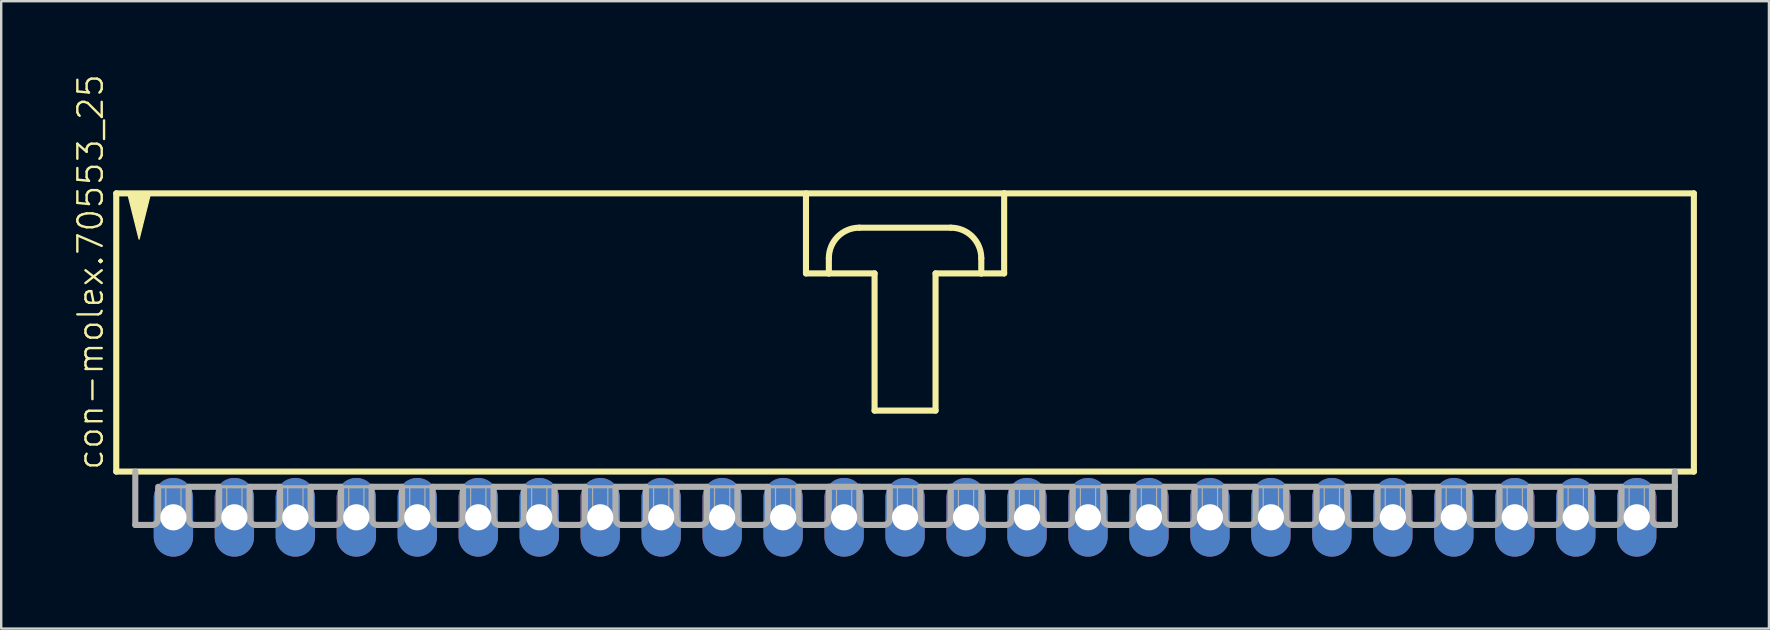
<source format=kicad_pcb>
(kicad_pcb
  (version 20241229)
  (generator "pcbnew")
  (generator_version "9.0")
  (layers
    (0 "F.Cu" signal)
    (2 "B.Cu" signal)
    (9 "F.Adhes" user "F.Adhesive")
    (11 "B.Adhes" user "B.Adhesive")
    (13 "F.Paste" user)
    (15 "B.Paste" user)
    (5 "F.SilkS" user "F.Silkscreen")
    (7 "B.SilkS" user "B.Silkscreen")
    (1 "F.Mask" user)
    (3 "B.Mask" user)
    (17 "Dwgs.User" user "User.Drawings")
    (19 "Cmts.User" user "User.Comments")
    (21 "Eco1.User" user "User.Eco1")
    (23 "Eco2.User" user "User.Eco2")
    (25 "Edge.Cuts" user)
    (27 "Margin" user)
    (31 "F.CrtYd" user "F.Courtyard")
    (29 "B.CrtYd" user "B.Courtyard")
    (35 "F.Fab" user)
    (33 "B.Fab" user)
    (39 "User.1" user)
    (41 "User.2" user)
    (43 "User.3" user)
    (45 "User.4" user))
  (footprint "con-molex.70553_25"
    (layer "F.Cu")
    (at 34.654 10.88)
    (property "Reference" "con-molex.70553_25" (at -33.337 5.715 90) (layer "F.SilkS") (effects (font (size 1.016 1.016) (thickness 0.1)) (justify left bottom)))
    (attr through_hole)
    (fp_line (start -32.861 -5.874) (end -32.861 5.715) (stroke (width 0.254) (type default)) (layer "F.SilkS"))
    (fp_line (start -32.861 5.715) (end 32.861 5.715) (stroke (width 0.254) (type default)) (layer "F.SilkS"))
    (fp_line (start -4.128 -5.874) (end -4.128 -2.54) (stroke (width 0.254) (type default)) (layer "F.SilkS"))
    (fp_line (start -4.128 -2.54) (end -3.175 -2.54) (stroke (width 0.254) (type default)) (layer "F.SilkS"))
    (fp_line (start -3.175 -2.54) (end -3.175 -3.175) (stroke (width 0.254) (type default)) (layer "F.SilkS"))
    (fp_line (start -3.175 -2.54) (end -1.27 -2.54) (stroke (width 0.254) (type default)) (layer "F.SilkS"))
    (fp_line (start -1.905 -4.445) (end 1.905 -4.445) (stroke (width 0.254) (type default)) (layer "F.SilkS"))
    (fp_line (start -1.27 -2.54) (end -1.27 3.175) (stroke (width 0.254) (type default)) (layer "F.SilkS"))
    (fp_line (start -1.27 3.175) (end 1.27 3.175) (stroke (width 0.254) (type default)) (layer "F.SilkS"))
    (fp_line (start 1.27 -2.54) (end 3.175 -2.54) (stroke (width 0.254) (type default)) (layer "F.SilkS"))
    (fp_line (start 1.27 3.175) (end 1.27 -2.54) (stroke (width 0.254) (type default)) (layer "F.SilkS"))
    (fp_line (start 3.175 -3.175) (end 3.175 -2.54) (stroke (width 0.254) (type default)) (layer "F.SilkS"))
    (fp_line (start 3.175 -2.54) (end 4.128 -2.54) (stroke (width 0.254) (type default)) (layer "F.SilkS"))
    (fp_line (start 4.128 -5.874) (end -32.861 -5.874) (stroke (width 0.254) (type default)) (layer "F.SilkS"))
    (fp_line (start 4.128 -2.54) (end 4.128 -5.874) (stroke (width 0.254) (type default)) (layer "F.SilkS"))
    (fp_line (start 32.861 -5.874) (end 4.128 -5.874) (stroke (width 0.254) (type default)) (layer "F.SilkS"))
    (fp_line (start 32.861 5.715) (end 32.861 -5.874) (stroke (width 0.254) (type default)) (layer "F.SilkS"))
    (fp_arc (start -3.175 -3.175) (mid -2.803026 -4.073026) (end -1.905 -4.445) (stroke (width 0.254) (type default)) (layer "F.SilkS"))
    (fp_arc (start 1.905 -4.445) (mid 2.803026 -4.073026) (end 3.175 -3.175) (stroke (width 0.254) (type default)) (layer "F.SilkS"))
    (fp_poly (pts (xy -32.385 -5.874) (xy -31.909 -3.969) (xy -31.433 -5.874)) (stroke (width 0.051) (type default)) (fill yes) (layer "F.SilkS"))
    (fp_line (start -32.068 5.715) (end -32.068 7.938) (stroke (width 0.254) (type default)) (layer "F.Fab"))
    (fp_line (start -31.369 7.938) (end -32.068 7.938) (stroke (width 0.254) (type default)) (layer "F.Fab"))
    (fp_line (start -31.115 6.35) (end -31.115 7.684) (stroke (width 0.254) (type default)) (layer "F.Fab"))
    (fp_line (start -31.115 6.35) (end -29.845 6.35) (stroke (width 0.127) (type default)) (layer "F.Fab"))
    (fp_line (start -29.845 6.35) (end -29.845 7.684) (stroke (width 0.254) (type default)) (layer "F.Fab"))
    (fp_line (start -29.845 6.35) (end -28.575 6.35) (stroke (width 0.254) (type default)) (layer "F.Fab"))
    (fp_line (start -28.829 7.938) (end -29.591 7.938) (stroke (width 0.254) (type default)) (layer "F.Fab"))
    (fp_line (start -28.575 6.35) (end -28.575 7.684) (stroke (width 0.254) (type default)) (layer "F.Fab"))
    (fp_line (start -28.575 6.35) (end -27.305 6.35) (stroke (width 0.127) (type default)) (layer "F.Fab"))
    (fp_line (start -27.305 6.35) (end -27.305 7.684) (stroke (width 0.254) (type default)) (layer "F.Fab"))
    (fp_line (start -27.305 6.35) (end -26.035 6.35) (stroke (width 0.254) (type default)) (layer "F.Fab"))
    (fp_line (start -26.289 7.938) (end -27.051 7.938) (stroke (width 0.254) (type default)) (layer "F.Fab"))
    (fp_line (start -26.035 6.35) (end -26.035 7.684) (stroke (width 0.254) (type default)) (layer "F.Fab"))
    (fp_line (start -26.035 6.35) (end -24.765 6.35) (stroke (width 0.127) (type default)) (layer "F.Fab"))
    (fp_line (start -24.765 6.35) (end -24.765 7.684) (stroke (width 0.254) (type default)) (layer "F.Fab"))
    (fp_line (start -24.765 6.35) (end -23.495 6.35) (stroke (width 0.254) (type default)) (layer "F.Fab"))
    (fp_line (start -23.749 7.938) (end -24.511 7.938) (stroke (width 0.254) (type default)) (layer "F.Fab"))
    (fp_line (start -23.495 6.35) (end -23.495 7.684) (stroke (width 0.254) (type default)) (layer "F.Fab"))
    (fp_line (start -23.495 6.35) (end -22.225 6.35) (stroke (width 0.127) (type default)) (layer "F.Fab"))
    (fp_line (start -22.225 6.35) (end -22.225 7.684) (stroke (width 0.254) (type default)) (layer "F.Fab"))
    (fp_line (start -22.225 6.35) (end -20.955 6.35) (stroke (width 0.254) (type default)) (layer "F.Fab"))
    (fp_line (start -21.209 7.938) (end -21.971 7.938) (stroke (width 0.254) (type default)) (layer "F.Fab"))
    (fp_line (start -20.955 6.35) (end -20.955 7.684) (stroke (width 0.254) (type default)) (layer "F.Fab"))
    (fp_line (start -20.955 6.35) (end -19.685 6.35) (stroke (width 0.127) (type default)) (layer "F.Fab"))
    (fp_line (start -19.685 6.35) (end -19.685 7.684) (stroke (width 0.254) (type default)) (layer "F.Fab"))
    (fp_line (start -19.685 6.35) (end -18.415 6.35) (stroke (width 0.254) (type default)) (layer "F.Fab"))
    (fp_line (start -18.669 7.938) (end -19.431 7.938) (stroke (width 0.254) (type default)) (layer "F.Fab"))
    (fp_line (start -18.415 6.35) (end -18.415 7.684) (stroke (width 0.254) (type default)) (layer "F.Fab"))
    (fp_line (start -18.415 6.35) (end -17.145 6.35) (stroke (width 0.127) (type default)) (layer "F.Fab"))
    (fp_line (start -17.145 6.35) (end -17.145 7.684) (stroke (width 0.254) (type default)) (layer "F.Fab"))
    (fp_line (start -17.145 6.35) (end -15.875 6.35) (stroke (width 0.254) (type default)) (layer "F.Fab"))
    (fp_line (start -16.129 7.938) (end -16.891 7.938) (stroke (width 0.254) (type default)) (layer "F.Fab"))
    (fp_line (start -15.875 6.35) (end -15.875 7.684) (stroke (width 0.254) (type default)) (layer "F.Fab"))
    (fp_line (start -15.875 6.35) (end -14.605 6.35) (stroke (width 0.127) (type default)) (layer "F.Fab"))
    (fp_line (start -14.605 6.35) (end -14.605 7.684) (stroke (width 0.254) (type default)) (layer "F.Fab"))
    (fp_line (start -14.605 6.35) (end -13.335 6.35) (stroke (width 0.254) (type default)) (layer "F.Fab"))
    (fp_line (start -13.589 7.938) (end -14.351 7.938) (stroke (width 0.254) (type default)) (layer "F.Fab"))
    (fp_line (start -13.335 6.35) (end -13.335 7.684) (stroke (width 0.254) (type default)) (layer "F.Fab"))
    (fp_line (start -13.335 6.35) (end -12.065 6.35) (stroke (width 0.127) (type default)) (layer "F.Fab"))
    (fp_line (start -12.065 6.35) (end -12.065 7.684) (stroke (width 0.254) (type default)) (layer "F.Fab"))
    (fp_line (start -12.065 6.35) (end -10.795 6.35) (stroke (width 0.254) (type default)) (layer "F.Fab"))
    (fp_line (start -11.049 7.938) (end -11.811 7.938) (stroke (width 0.254) (type default)) (layer "F.Fab"))
    (fp_line (start -10.795 6.35) (end -10.795 7.684) (stroke (width 0.254) (type default)) (layer "F.Fab"))
    (fp_line (start -10.795 6.35) (end -9.525 6.35) (stroke (width 0.127) (type default)) (layer "F.Fab"))
    (fp_line (start -9.525 6.35) (end -9.525 7.684) (stroke (width 0.254) (type default)) (layer "F.Fab"))
    (fp_line (start -9.525 6.35) (end -8.255 6.35) (stroke (width 0.254) (type default)) (layer "F.Fab"))
    (fp_line (start -8.509 7.938) (end -9.271 7.938) (stroke (width 0.254) (type default)) (layer "F.Fab"))
    (fp_line (start -8.255 6.35) (end -8.255 7.684) (stroke (width 0.254) (type default)) (layer "F.Fab"))
    (fp_line (start -8.255 6.35) (end -6.985 6.35) (stroke (width 0.127) (type default)) (layer "F.Fab"))
    (fp_line (start -6.985 6.35) (end -6.985 7.684) (stroke (width 0.254) (type default)) (layer "F.Fab"))
    (fp_line (start -6.985 6.35) (end -5.715 6.35) (stroke (width 0.254) (type default)) (layer "F.Fab"))
    (fp_line (start -5.969 7.938) (end -6.731 7.938) (stroke (width 0.254) (type default)) (layer "F.Fab"))
    (fp_line (start -5.715 6.35) (end -5.715 7.684) (stroke (width 0.254) (type default)) (layer "F.Fab"))
    (fp_line (start -5.715 6.35) (end -4.445 6.35) (stroke (width 0.127) (type default)) (layer "F.Fab"))
    (fp_line (start -4.445 6.35) (end -4.445 7.684) (stroke (width 0.254) (type default)) (layer "F.Fab"))
    (fp_line (start -4.445 6.35) (end -3.175 6.35) (stroke (width 0.254) (type default)) (layer "F.Fab"))
    (fp_line (start -3.429 7.938) (end -4.191 7.938) (stroke (width 0.254) (type default)) (layer "F.Fab"))
    (fp_line (start -3.175 6.35) (end -3.175 7.684) (stroke (width 0.254) (type default)) (layer "F.Fab"))
    (fp_line (start -3.175 6.35) (end -1.905 6.35) (stroke (width 0.254) (type default)) (layer "F.Fab"))
    (fp_line (start -1.905 6.35) (end -1.905 7.684) (stroke (width 0.254) (type default)) (layer "F.Fab"))
    (fp_line (start -1.905 6.35) (end -0.635 6.35) (stroke (width 0.254) (type default)) (layer "F.Fab"))
    (fp_line (start -0.889 7.938) (end -1.651 7.938) (stroke (width 0.254) (type default)) (layer "F.Fab"))
    (fp_line (start -0.635 6.35) (end -0.635 7.684) (stroke (width 0.254) (type default)) (layer "F.Fab"))
    (fp_line (start -0.635 6.35) (end 0.635 6.35) (stroke (width 0.127) (type default)) (layer "F.Fab"))
    (fp_line (start 0.635 6.35) (end 0.635 7.684) (stroke (width 0.254) (type default)) (layer "F.Fab"))
    (fp_line (start 0.635 6.35) (end 1.905 6.35) (stroke (width 0.254) (type default)) (layer "F.Fab"))
    (fp_line (start 1.651 7.938) (end 0.889 7.938) (stroke (width 0.254) (type default)) (layer "F.Fab"))
    (fp_line (start 1.905 6.35) (end 1.905 7.684) (stroke (width 0.254) (type default)) (layer "F.Fab"))
    (fp_line (start 1.905 6.35) (end 5.715 6.35) (stroke (width 0.254) (type default)) (layer "F.Fab"))
    (fp_line (start 3.175 6.35) (end 3.175 7.684) (stroke (width 0.254) (type default)) (layer "F.Fab"))
    (fp_line (start 4.191 7.938) (end 3.429 7.938) (stroke (width 0.254) (type default)) (layer "F.Fab"))
    (fp_line (start 4.445 6.35) (end 4.445 7.684) (stroke (width 0.254) (type default)) (layer "F.Fab"))
    (fp_line (start 5.715 6.35) (end 5.715 7.684) (stroke (width 0.254) (type default)) (layer "F.Fab"))
    (fp_line (start 5.715 6.35) (end 6.985 6.35) (stroke (width 0.254) (type default)) (layer "F.Fab"))
    (fp_line (start 5.969 7.938) (end 6.731 7.938) (stroke (width 0.254) (type default)) (layer "F.Fab"))
    (fp_line (start 6.985 6.35) (end 8.255 6.35) (stroke (width 0.127) (type default)) (layer "F.Fab"))
    (fp_line (start 6.985 7.684) (end 6.985 6.35) (stroke (width 0.254) (type default)) (layer "F.Fab"))
    (fp_line (start 8.255 6.35) (end 8.255 7.684) (stroke (width 0.254) (type default)) (layer "F.Fab"))
    (fp_line (start 8.255 6.35) (end 9.525 6.35) (stroke (width 0.254) (type default)) (layer "F.Fab"))
    (fp_line (start 8.509 7.938) (end 9.271 7.938) (stroke (width 0.254) (type default)) (layer "F.Fab"))
    (fp_line (start 9.525 6.35) (end 10.795 6.35) (stroke (width 0.127) (type default)) (layer "F.Fab"))
    (fp_line (start 9.525 7.684) (end 9.525 6.35) (stroke (width 0.254) (type default)) (layer "F.Fab"))
    (fp_line (start 10.795 6.35) (end 10.795 7.684) (stroke (width 0.254) (type default)) (layer "F.Fab"))
    (fp_line (start 10.795 6.35) (end 12.065 6.35) (stroke (width 0.254) (type default)) (layer "F.Fab"))
    (fp_line (start 11.049 7.938) (end 11.811 7.938) (stroke (width 0.254) (type default)) (layer "F.Fab"))
    (fp_line (start 12.065 6.35) (end 13.335 6.35) (stroke (width 0.127) (type default)) (layer "F.Fab"))
    (fp_line (start 12.065 7.684) (end 12.065 6.35) (stroke (width 0.254) (type default)) (layer "F.Fab"))
    (fp_line (start 13.335 6.35) (end 13.335 7.684) (stroke (width 0.254) (type default)) (layer "F.Fab"))
    (fp_line (start 13.335 6.35) (end 14.605 6.35) (stroke (width 0.254) (type default)) (layer "F.Fab"))
    (fp_line (start 13.589 7.938) (end 14.351 7.938) (stroke (width 0.254) (type default)) (layer "F.Fab"))
    (fp_line (start 14.605 6.35) (end 15.875 6.35) (stroke (width 0.127) (type default)) (layer "F.Fab"))
    (fp_line (start 14.605 7.684) (end 14.605 6.35) (stroke (width 0.254) (type default)) (layer "F.Fab"))
    (fp_line (start 15.875 6.35) (end 15.875 7.684) (stroke (width 0.254) (type default)) (layer "F.Fab"))
    (fp_line (start 15.875 6.35) (end 17.145 6.35) (stroke (width 0.254) (type default)) (layer "F.Fab"))
    (fp_line (start 16.129 7.938) (end 16.891 7.938) (stroke (width 0.254) (type default)) (layer "F.Fab"))
    (fp_line (start 17.145 6.35) (end 18.415 6.35) (stroke (width 0.127) (type default)) (layer "F.Fab"))
    (fp_line (start 17.145 7.684) (end 17.145 6.35) (stroke (width 0.254) (type default)) (layer "F.Fab"))
    (fp_line (start 18.415 6.35) (end 18.415 7.684) (stroke (width 0.254) (type default)) (layer "F.Fab"))
    (fp_line (start 18.415 6.35) (end 19.685 6.35) (stroke (width 0.254) (type default)) (layer "F.Fab"))
    (fp_line (start 18.669 7.938) (end 19.431 7.938) (stroke (width 0.254) (type default)) (layer "F.Fab"))
    (fp_line (start 19.685 6.35) (end 20.955 6.35) (stroke (width 0.127) (type default)) (layer "F.Fab"))
    (fp_line (start 19.685 7.684) (end 19.685 6.35) (stroke (width 0.254) (type default)) (layer "F.Fab"))
    (fp_line (start 20.955 6.35) (end 20.955 7.684) (stroke (width 0.254) (type default)) (layer "F.Fab"))
    (fp_line (start 20.955 6.35) (end 22.225 6.35) (stroke (width 0.254) (type default)) (layer "F.Fab"))
    (fp_line (start 21.209 7.938) (end 21.971 7.938) (stroke (width 0.254) (type default)) (layer "F.Fab"))
    (fp_line (start 22.225 6.35) (end 23.495 6.35) (stroke (width 0.127) (type default)) (layer "F.Fab"))
    (fp_line (start 22.225 7.684) (end 22.225 6.35) (stroke (width 0.254) (type default)) (layer "F.Fab"))
    (fp_line (start 23.495 6.35) (end 23.495 7.684) (stroke (width 0.254) (type default)) (layer "F.Fab"))
    (fp_line (start 23.495 6.35) (end 24.765 6.35) (stroke (width 0.254) (type default)) (layer "F.Fab"))
    (fp_line (start 23.749 7.938) (end 24.511 7.938) (stroke (width 0.254) (type default)) (layer "F.Fab"))
    (fp_line (start 24.765 6.35) (end 26.035 6.35) (stroke (width 0.127) (type default)) (layer "F.Fab"))
    (fp_line (start 24.765 7.684) (end 24.765 6.35) (stroke (width 0.254) (type default)) (layer "F.Fab"))
    (fp_line (start 26.035 6.35) (end 26.035 7.684) (stroke (width 0.254) (type default)) (layer "F.Fab"))
    (fp_line (start 26.035 6.35) (end 27.305 6.35) (stroke (width 0.254) (type default)) (layer "F.Fab"))
    (fp_line (start 26.289 7.938) (end 27.051 7.938) (stroke (width 0.254) (type default)) (layer "F.Fab"))
    (fp_line (start 27.305 6.35) (end 28.575 6.35) (stroke (width 0.127) (type default)) (layer "F.Fab"))
    (fp_line (start 27.305 7.684) (end 27.305 6.35) (stroke (width 0.254) (type default)) (layer "F.Fab"))
    (fp_line (start 28.575 6.35) (end 28.575 7.684) (stroke (width 0.254) (type default)) (layer "F.Fab"))
    (fp_line (start 28.575 6.35) (end 29.845 6.35) (stroke (width 0.254) (type default)) (layer "F.Fab"))
    (fp_line (start 28.829 7.938) (end 29.591 7.938) (stroke (width 0.254) (type default)) (layer "F.Fab"))
    (fp_line (start 29.845 6.35) (end 31.115 6.35) (stroke (width 0.127) (type default)) (layer "F.Fab"))
    (fp_line (start 29.845 7.684) (end 29.845 6.35) (stroke (width 0.254) (type default)) (layer "F.Fab"))
    (fp_line (start 31.115 6.35) (end 31.115 7.684) (stroke (width 0.254) (type default)) (layer "F.Fab"))
    (fp_line (start 31.115 6.35) (end 32.068 6.35) (stroke (width 0.254) (type default)) (layer "F.Fab"))
    (fp_line (start 31.369 7.938) (end 32.068 7.938) (stroke (width 0.254) (type default)) (layer "F.Fab"))
    (fp_line (start 32.068 6.35) (end 32.068 5.715) (stroke (width 0.254) (type default)) (layer "F.Fab"))
    (fp_line (start 32.068 7.938) (end 32.068 6.35) (stroke (width 0.254) (type default)) (layer "F.Fab"))
    (fp_rect (start -30.797 7.62) (end -30.163 6.35) (stroke (width 0.05) (type default)) (fill no) (layer "F.Fab"))
    (fp_rect (start -28.258 7.62) (end -27.622 6.35) (stroke (width 0.05) (type default)) (fill no) (layer "F.Fab"))
    (fp_rect (start -25.718 7.62) (end -25.082 6.35) (stroke (width 0.05) (type default)) (fill no) (layer "F.Fab"))
    (fp_rect (start -23.177 7.62) (end -22.543 6.35) (stroke (width 0.05) (type default)) (fill no) (layer "F.Fab"))
    (fp_rect (start -20.637 7.62) (end -20.003 6.35) (stroke (width 0.05) (type default)) (fill no) (layer "F.Fab"))
    (fp_rect (start -18.098 7.62) (end -17.462 6.35) (stroke (width 0.05) (type default)) (fill no) (layer "F.Fab"))
    (fp_rect (start -15.557 7.62) (end -14.922 6.35) (stroke (width 0.05) (type default)) (fill no) (layer "F.Fab"))
    (fp_rect (start -13.018 7.62) (end -12.383 6.35) (stroke (width 0.05) (type default)) (fill no) (layer "F.Fab"))
    (fp_rect (start -10.477 7.62) (end -9.842 6.35) (stroke (width 0.05) (type default)) (fill no) (layer "F.Fab"))
    (fp_rect (start -7.938 7.62) (end -7.303 6.35) (stroke (width 0.05) (type default)) (fill no) (layer "F.Fab"))
    (fp_rect (start -5.397 7.62) (end -4.763 6.35) (stroke (width 0.05) (type default)) (fill no) (layer "F.Fab"))
    (fp_rect (start -2.857 7.62) (end -2.223 6.35) (stroke (width 0.05) (type default)) (fill no) (layer "F.Fab"))
    (fp_rect (start -0.318 7.62) (end 0.318 6.35) (stroke (width 0.05) (type default)) (fill no) (layer "F.Fab"))
    (fp_rect (start 2.223 7.62) (end 2.857 6.35) (stroke (width 0.05) (type default)) (fill no) (layer "F.Fab"))
    (fp_rect (start 4.763 7.62) (end 5.397 6.35) (stroke (width 0.05) (type default)) (fill no) (layer "F.Fab"))
    (fp_rect (start 7.303 7.62) (end 7.938 6.35) (stroke (width 0.05) (type default)) (fill no) (layer "F.Fab"))
    (fp_rect (start 9.842 7.62) (end 10.477 6.35) (stroke (width 0.05) (type default)) (fill no) (layer "F.Fab"))
    (fp_rect (start 12.383 7.62) (end 13.018 6.35) (stroke (width 0.05) (type default)) (fill no) (layer "F.Fab"))
    (fp_rect (start 14.922 7.62) (end 15.557 6.35) (stroke (width 0.05) (type default)) (fill no) (layer "F.Fab"))
    (fp_rect (start 17.462 7.62) (end 18.098 6.35) (stroke (width 0.05) (type default)) (fill no) (layer "F.Fab"))
    (fp_rect (start 20.003 7.62) (end 20.637 6.35) (stroke (width 0.05) (type default)) (fill no) (layer "F.Fab"))
    (fp_rect (start 22.543 7.62) (end 23.177 6.35) (stroke (width 0.05) (type default)) (fill no) (layer "F.Fab"))
    (fp_rect (start 25.082 7.62) (end 25.718 6.35) (stroke (width 0.05) (type default)) (fill no) (layer "F.Fab"))
    (fp_rect (start 27.622 7.62) (end 28.258 6.35) (stroke (width 0.05) (type default)) (fill no) (layer "F.Fab"))
    (fp_rect (start 30.163 7.62) (end 30.797 6.35) (stroke (width 0.05) (type default)) (fill no) (layer "F.Fab"))
    (fp_arc (start -31.115 7.6835) (mid -31.189395 7.863105) (end -31.369 7.9375) (stroke (width 0.254) (type default)) (layer "F.Fab"))
    (fp_arc (start -29.591 7.9375) (mid -29.770605 7.863105) (end -29.845 7.6835) (stroke (width 0.254) (type default)) (layer "F.Fab"))
    (fp_arc (start -28.575 7.6835) (mid -28.649395 7.863105) (end -28.829 7.9375) (stroke (width 0.254) (type default)) (layer "F.Fab"))
    (fp_arc (start -27.051 7.9375) (mid -27.230605 7.863105) (end -27.305 7.6835) (stroke (width 0.254) (type default)) (layer "F.Fab"))
    (fp_arc (start -26.035 7.6835) (mid -26.109395 7.863105) (end -26.289 7.9375) (stroke (width 0.254) (type default)) (layer "F.Fab"))
    (fp_arc (start -24.511 7.9375) (mid -24.690605 7.863105) (end -24.765 7.6835) (stroke (width 0.254) (type default)) (layer "F.Fab"))
    (fp_arc (start -23.495 7.6835) (mid -23.569395 7.863105) (end -23.749 7.9375) (stroke (width 0.254) (type default)) (layer "F.Fab"))
    (fp_arc (start -21.971 7.9375) (mid -22.150605 7.863105) (end -22.225 7.6835) (stroke (width 0.254) (type default)) (layer "F.Fab"))
    (fp_arc (start -20.955 7.6835) (mid -21.029395 7.863105) (end -21.209 7.9375) (stroke (width 0.254) (type default)) (layer "F.Fab"))
    (fp_arc (start -19.431 7.9375) (mid -19.610605 7.863105) (end -19.685 7.6835) (stroke (width 0.254) (type default)) (layer "F.Fab"))
    (fp_arc (start -18.415 7.6835) (mid -18.489395 7.863105) (end -18.669 7.9375) (stroke (width 0.254) (type default)) (layer "F.Fab"))
    (fp_arc (start -16.891 7.9375) (mid -17.070605 7.863105) (end -17.145 7.6835) (stroke (width 0.254) (type default)) (layer "F.Fab"))
    (fp_arc (start -15.875 7.6835) (mid -15.949395 7.863105) (end -16.129 7.9375) (stroke (width 0.254) (type default)) (layer "F.Fab"))
    (fp_arc (start -14.351 7.9375) (mid -14.530605 7.863105) (end -14.605 7.6835) (stroke (width 0.254) (type default)) (layer "F.Fab"))
    (fp_arc (start -13.335 7.6835) (mid -13.409395 7.863105) (end -13.589 7.9375) (stroke (width 0.254) (type default)) (layer "F.Fab"))
    (fp_arc (start -11.811 7.9375) (mid -11.990605 7.863105) (end -12.065 7.6835) (stroke (width 0.254) (type default)) (layer "F.Fab"))
    (fp_arc (start -10.795 7.6835) (mid -10.869395 7.863105) (end -11.049 7.9375) (stroke (width 0.254) (type default)) (layer "F.Fab"))
    (fp_arc (start -9.271 7.9375) (mid -9.450605 7.863105) (end -9.525 7.6835) (stroke (width 0.254) (type default)) (layer "F.Fab"))
    (fp_arc (start -8.255 7.6835) (mid -8.329395 7.863105) (end -8.509 7.9375) (stroke (width 0.254) (type default)) (layer "F.Fab"))
    (fp_arc (start -6.731 7.9375) (mid -6.910605 7.863105) (end -6.985 7.6835) (stroke (width 0.254) (type default)) (layer "F.Fab"))
    (fp_arc (start -5.715 7.6835) (mid -5.789395 7.863105) (end -5.969 7.9375) (stroke (width 0.254) (type default)) (layer "F.Fab"))
    (fp_arc (start -4.191 7.9375) (mid -4.370605 7.863105) (end -4.445 7.6835) (stroke (width 0.254) (type default)) (layer "F.Fab"))
    (fp_arc (start -3.175 7.6835) (mid -3.249395 7.863105) (end -3.429 7.9375) (stroke (width 0.254) (type default)) (layer "F.Fab"))
    (fp_arc (start -1.651 7.9375) (mid -1.830605 7.863105) (end -1.905 7.6835) (stroke (width 0.254) (type default)) (layer "F.Fab"))
    (fp_arc (start -0.635 7.6835) (mid -0.709395 7.863105) (end -0.889 7.9375) (stroke (width 0.254) (type default)) (layer "F.Fab"))
    (fp_arc (start 0.889 7.9375) (mid 0.709395 7.863105) (end 0.635 7.6835) (stroke (width 0.254) (type default)) (layer "F.Fab"))
    (fp_arc (start 1.905 7.6835) (mid 1.830605 7.863105) (end 1.651 7.9375) (stroke (width 0.254) (type default)) (layer "F.Fab"))
    (fp_arc (start 3.429 7.9375) (mid 3.249395 7.863105) (end 3.175 7.6835) (stroke (width 0.254) (type default)) (layer "F.Fab"))
    (fp_arc (start 4.445 7.6835) (mid 4.370605 7.863105) (end 4.191 7.9375) (stroke (width 0.254) (type default)) (layer "F.Fab"))
    (fp_arc (start 5.969 7.9375) (mid 5.789395 7.863105) (end 5.715 7.6835) (stroke (width 0.254) (type default)) (layer "F.Fab"))
    (fp_arc (start 6.985 7.6835) (mid 6.910605 7.863105) (end 6.731 7.9375) (stroke (width 0.254) (type default)) (layer "F.Fab"))
    (fp_arc (start 8.509 7.9375) (mid 8.329395 7.863105) (end 8.255 7.6835) (stroke (width 0.254) (type default)) (layer "F.Fab"))
    (fp_arc (start 9.525 7.6835) (mid 9.450605 7.863105) (end 9.271 7.9375) (stroke (width 0.254) (type default)) (layer "F.Fab"))
    (fp_arc (start 11.049 7.9375) (mid 10.869395 7.863105) (end 10.795 7.6835) (stroke (width 0.254) (type default)) (layer "F.Fab"))
    (fp_arc (start 12.065 7.6835) (mid 11.990605 7.863105) (end 11.811 7.9375) (stroke (width 0.254) (type default)) (layer "F.Fab"))
    (fp_arc (start 13.589 7.9375) (mid 13.409395 7.863105) (end 13.335 7.6835) (stroke (width 0.254) (type default)) (layer "F.Fab"))
    (fp_arc (start 14.605 7.6835) (mid 14.530605 7.863105) (end 14.351 7.9375) (stroke (width 0.254) (type default)) (layer "F.Fab"))
    (fp_arc (start 16.129 7.9375) (mid 15.949395 7.863105) (end 15.875 7.6835) (stroke (width 0.254) (type default)) (layer "F.Fab"))
    (fp_arc (start 17.145 7.6835) (mid 17.070605 7.863105) (end 16.891 7.9375) (stroke (width 0.254) (type default)) (layer "F.Fab"))
    (fp_arc (start 18.669 7.9375) (mid 18.489395 7.863105) (end 18.415 7.6835) (stroke (width 0.254) (type default)) (layer "F.Fab"))
    (fp_arc (start 19.685 7.6835) (mid 19.610605 7.863105) (end 19.431 7.9375) (stroke (width 0.254) (type default)) (layer "F.Fab"))
    (fp_arc (start 21.209 7.9375) (mid 21.029395 7.863105) (end 20.955 7.6835) (stroke (width 0.254) (type default)) (layer "F.Fab"))
    (fp_arc (start 22.225 7.6835) (mid 22.150605 7.863105) (end 21.971 7.9375) (stroke (width 0.254) (type default)) (layer "F.Fab"))
    (fp_arc (start 23.749 7.9375) (mid 23.569395 7.863105) (end 23.495 7.6835) (stroke (width 0.254) (type default)) (layer "F.Fab"))
    (fp_arc (start 24.765 7.6835) (mid 24.690605 7.863105) (end 24.511 7.9375) (stroke (width 0.254) (type default)) (layer "F.Fab"))
    (fp_arc (start 26.289 7.9375) (mid 26.109395 7.863105) (end 26.035 7.6835) (stroke (width 0.254) (type default)) (layer "F.Fab"))
    (fp_arc (start 27.305 7.6835) (mid 27.230605 7.863105) (end 27.051 7.9375) (stroke (width 0.254) (type default)) (layer "F.Fab"))
    (fp_arc (start 28.829 7.9375) (mid 28.649395 7.863105) (end 28.575 7.6835) (stroke (width 0.254) (type default)) (layer "F.Fab"))
    (fp_arc (start 29.845 7.6835) (mid 29.770605 7.863105) (end 29.591 7.9375) (stroke (width 0.254) (type default)) (layer "F.Fab"))
    (fp_arc (start 31.369 7.9375) (mid 31.189395 7.863105) (end 31.115 7.6835) (stroke (width 0.254) (type default)) (layer "F.Fab"))
    (pad "1" thru_hole oval (at -30.48 7.62 90) (size 3.277 1.638) (drill 1.092) (layers "*.Cu" "*.Mask"))
    (pad "2" thru_hole oval (at -27.94 7.62 90) (size 3.277 1.638) (drill 1.092) (layers "*.Cu" "*.Mask"))
    (pad "3" thru_hole oval (at -25.4 7.62 90) (size 3.277 1.638) (drill 1.092) (layers "*.Cu" "*.Mask"))
    (pad "4" thru_hole oval (at -22.86 7.62 90) (size 3.277 1.638) (drill 1.092) (layers "*.Cu" "*.Mask"))
    (pad "5" thru_hole oval (at -20.32 7.62 90) (size 3.277 1.638) (drill 1.092) (layers "*.Cu" "*.Mask"))
    (pad "6" thru_hole oval (at -17.78 7.62 90) (size 3.277 1.638) (drill 1.092) (layers "*.Cu" "*.Mask"))
    (pad "7" thru_hole oval (at -15.24 7.62 90) (size 3.277 1.638) (drill 1.092) (layers "*.Cu" "*.Mask"))
    (pad "8" thru_hole oval (at -12.7 7.62 90) (size 3.277 1.638) (drill 1.092) (layers "*.Cu" "*.Mask"))
    (pad "9" thru_hole oval (at -10.16 7.62 90) (size 3.277 1.638) (drill 1.092) (layers "*.Cu" "*.Mask"))
    (pad "10" thru_hole oval (at -7.62 7.62 90) (size 3.277 1.638) (drill 1.092) (layers "*.Cu" "*.Mask"))
    (pad "11" thru_hole oval (at -5.08 7.62 90) (size 3.277 1.638) (drill 1.092) (layers "*.Cu" "*.Mask"))
    (pad "12" thru_hole oval (at -2.54 7.62 90) (size 3.277 1.638) (drill 1.092) (layers "*.Cu" "*.Mask"))
    (pad "13" thru_hole oval (at 0 7.62 90) (size 3.277 1.638) (drill 1.092) (layers "*.Cu" "*.Mask"))
    (pad "14" thru_hole oval (at 2.54 7.62 90) (size 3.277 1.638) (drill 1.092) (layers "*.Cu" "*.Mask"))
    (pad "15" thru_hole oval (at 5.08 7.62 90) (size 3.277 1.638) (drill 1.092) (layers "*.Cu" "*.Mask"))
    (pad "16" thru_hole oval (at 7.62 7.62 90) (size 3.277 1.638) (drill 1.092) (layers "*.Cu" "*.Mask"))
    (pad "17" thru_hole oval (at 10.16 7.62 90) (size 3.277 1.638) (drill 1.092) (layers "*.Cu" "*.Mask"))
    (pad "18" thru_hole oval (at 12.7 7.62 90) (size 3.277 1.638) (drill 1.092) (layers "*.Cu" "*.Mask"))
    (pad "19" thru_hole oval (at 15.24 7.62 90) (size 3.277 1.638) (drill 1.092) (layers "*.Cu" "*.Mask"))
    (pad "20" thru_hole oval (at 17.78 7.62 90) (size 3.277 1.638) (drill 1.092) (layers "*.Cu" "*.Mask"))
    (pad "21" thru_hole oval (at 20.32 7.62 90) (size 3.277 1.638) (drill 1.092) (layers "*.Cu" "*.Mask"))
    (pad "22" thru_hole oval (at 22.86 7.62 90) (size 3.277 1.638) (drill 1.092) (layers "*.Cu" "*.Mask"))
    (pad "23" thru_hole oval (at 25.4 7.62 90) (size 3.277 1.638) (drill 1.092) (layers "*.Cu" "*.Mask"))
    (pad "24" thru_hole oval (at 27.94 7.62 90) (size 3.277 1.638) (drill 1.092) (layers "*.Cu" "*.Mask"))
    (pad "25" thru_hole oval (at 30.48 7.62 90) (size 3.277 1.638) (drill 1.092) (layers "*.Cu" "*.Mask")))
  (gr_rect
    (start -3 -3)
    (end 70.642 23.138)
    (stroke (width 0.1) (type default))
    (fill no)
    (layer "Edge.Cuts")))
</source>
